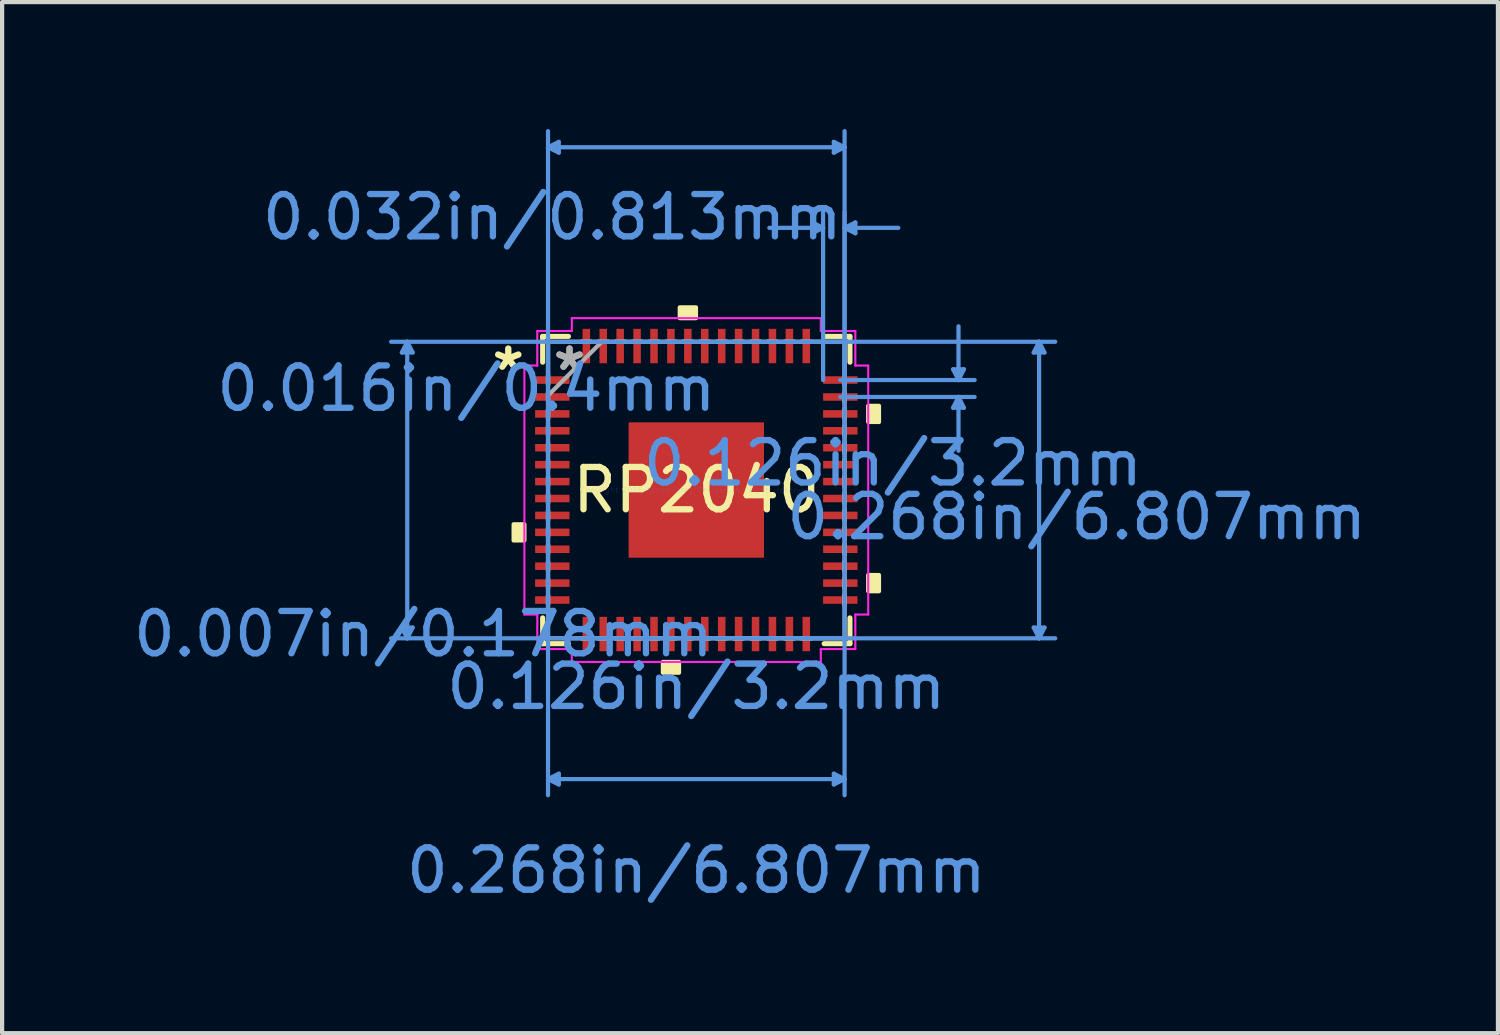
<source format=kicad_pcb>
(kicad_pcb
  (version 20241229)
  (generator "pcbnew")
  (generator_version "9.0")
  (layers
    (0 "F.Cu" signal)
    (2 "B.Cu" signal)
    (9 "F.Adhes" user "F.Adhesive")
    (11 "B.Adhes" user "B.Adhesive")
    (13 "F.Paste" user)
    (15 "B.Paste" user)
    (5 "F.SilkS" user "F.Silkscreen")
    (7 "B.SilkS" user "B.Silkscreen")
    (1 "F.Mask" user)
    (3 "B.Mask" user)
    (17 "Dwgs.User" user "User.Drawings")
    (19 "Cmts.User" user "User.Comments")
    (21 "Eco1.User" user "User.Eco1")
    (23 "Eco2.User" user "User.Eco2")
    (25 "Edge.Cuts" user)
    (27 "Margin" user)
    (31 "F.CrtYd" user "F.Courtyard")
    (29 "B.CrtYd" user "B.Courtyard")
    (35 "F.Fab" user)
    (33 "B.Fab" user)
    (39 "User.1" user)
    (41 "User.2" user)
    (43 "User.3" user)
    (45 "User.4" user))
  (footprint "RP2040"
    (layer "F.Cu")
    (at 13.41 8.534)
    (property "Reference" "RP2040" (at 0 0 0) (layer "F.SilkS") (effects (font (size 1 1) (thickness 0.15))))
    (attr through_hole)
    (fp_line (start -3.632 -3.632) (end -3.632 -3.022) (stroke (width 0.12) (type solid)) (layer "F.SilkS"))
    (fp_line (start -3.632 3.022) (end -3.632 3.632) (stroke (width 0.12) (type solid)) (layer "F.SilkS"))
    (fp_line (start -3.632 3.632) (end -3.022 3.632) (stroke (width 0.12) (type solid)) (layer "F.SilkS"))
    (fp_line (start -3.022 -3.632) (end -3.632 -3.632) (stroke (width 0.12) (type solid)) (layer "F.SilkS"))
    (fp_line (start 3.022 3.632) (end 3.632 3.632) (stroke (width 0.12) (type solid)) (layer "F.SilkS"))
    (fp_line (start 3.632 -3.632) (end 3.022 -3.632) (stroke (width 0.12) (type solid)) (layer "F.SilkS"))
    (fp_line (start 3.632 -3.022) (end 3.632 -3.632) (stroke (width 0.12) (type solid)) (layer "F.SilkS"))
    (fp_line (start 3.632 3.632) (end 3.632 3.022) (stroke (width 0.12) (type solid)) (layer "F.SilkS"))
    (fp_poly (pts (xy -4.318 0.81) (xy -4.318 1.191) (xy -4.064 1.191) (xy -4.064 0.81)) (stroke (width 0.1) (type solid)) (fill yes) (layer "F.SilkS"))
    (fp_poly (pts (xy -0.79 4.064) (xy -0.79 4.318) (xy -0.409 4.318) (xy -0.409 4.064)) (stroke (width 0.1) (type solid)) (fill yes) (layer "F.SilkS"))
    (fp_poly (pts (xy -0.391 -4.064) (xy -0.391 -4.318) (xy -0.009 -4.318) (xy -0.009 -4.064)) (stroke (width 0.1) (type solid)) (fill yes) (layer "F.SilkS"))
    (fp_poly (pts (xy 4.318 -1.99) (xy 4.318 -1.609) (xy 4.064 -1.609) (xy 4.064 -1.99)) (stroke (width 0.1) (type solid)) (fill yes) (layer "F.SilkS"))
    (fp_poly (pts (xy 4.318 2.01) (xy 4.318 2.391) (xy 4.064 2.391) (xy 4.064 2.01)) (stroke (width 0.1) (type solid)) (fill yes) (layer "F.SilkS"))
    (fp_poly (pts (xy -1.5 -1.5) (xy -1.5 -0.1) (xy -0.1 -0.1) (xy -0.1 -1.5)) (stroke (width 0.1) (type solid)) (fill yes) (layer "F.Paste"))
    (fp_poly (pts (xy -1.5 0.1) (xy -1.5 1.5) (xy -0.1 1.5) (xy -0.1 0.1)) (stroke (width 0.1) (type solid)) (fill yes) (layer "F.Paste"))
    (fp_poly (pts (xy 0.1 -1.5) (xy 0.1 -0.1) (xy 1.5 -0.1) (xy 1.5 -1.5)) (stroke (width 0.1) (type solid)) (fill yes) (layer "F.Paste"))
    (fp_poly (pts (xy 0.1 0.1) (xy 0.1 1.5) (xy 1.5 1.5) (xy 1.5 0.1)) (stroke (width 0.1) (type solid)) (fill yes) (layer "F.Paste"))
    (fp_line (start -6.96 -3.251) (end -6.706 -3.251) (stroke (width 0.1) (type solid)) (layer "Cmts.User"))
    (fp_line (start -6.96 3.251) (end -6.706 3.251) (stroke (width 0.1) (type solid)) (layer "Cmts.User"))
    (fp_line (start -6.833 -3.505) (end -6.96 -3.251) (stroke (width 0.1) (type solid)) (layer "Cmts.User"))
    (fp_line (start -6.833 -3.505) (end -6.833 3.505) (stroke (width 0.1) (type solid)) (layer "Cmts.User"))
    (fp_line (start -6.833 -3.505) (end -6.706 -3.251) (stroke (width 0.1) (type solid)) (layer "Cmts.User"))
    (fp_line (start -6.833 3.505) (end -6.96 3.251) (stroke (width 0.1) (type solid)) (layer "Cmts.User"))
    (fp_line (start -6.833 3.505) (end -6.706 3.251) (stroke (width 0.1) (type solid)) (layer "Cmts.User"))
    (fp_line (start -3.505 -8.103) (end -3.251 -8.23) (stroke (width 0.1) (type solid)) (layer "Cmts.User"))
    (fp_line (start -3.505 -8.103) (end -3.251 -7.976) (stroke (width 0.1) (type solid)) (layer "Cmts.User"))
    (fp_line (start -3.505 -8.103) (end 3.505 -8.103) (stroke (width 0.1) (type solid)) (layer "Cmts.User"))
    (fp_line (start -3.505 -3.505) (end -3.505 7.214) (stroke (width 0.1) (type solid)) (layer "Cmts.User"))
    (fp_line (start -3.505 -2.6) (end -3.505 -8.484) (stroke (width 0.1) (type solid)) (layer "Cmts.User"))
    (fp_line (start -3.505 6.833) (end -3.251 6.706) (stroke (width 0.1) (type solid)) (layer "Cmts.User"))
    (fp_line (start -3.505 6.833) (end -3.251 6.96) (stroke (width 0.1) (type solid)) (layer "Cmts.User"))
    (fp_line (start -3.505 6.833) (end 3.505 6.833) (stroke (width 0.1) (type solid)) (layer "Cmts.User"))
    (fp_line (start -3.251 -8.23) (end -3.251 -7.976) (stroke (width 0.1) (type solid)) (layer "Cmts.User"))
    (fp_line (start -3.251 6.706) (end -3.251 6.96) (stroke (width 0.1) (type solid)) (layer "Cmts.User"))
    (fp_line (start 2.6 -3.505) (end 8.484 -3.505) (stroke (width 0.1) (type solid)) (layer "Cmts.User"))
    (fp_line (start 2.6 3.505) (end 8.484 3.505) (stroke (width 0.1) (type solid)) (layer "Cmts.User"))
    (fp_line (start 2.743 -6.325) (end 2.743 -6.071) (stroke (width 0.1) (type solid)) (layer "Cmts.User"))
    (fp_line (start 2.997 -6.198) (end 1.727 -6.198) (stroke (width 0.1) (type solid)) (layer "Cmts.User"))
    (fp_line (start 2.997 -6.198) (end 2.743 -6.325) (stroke (width 0.1) (type solid)) (layer "Cmts.User"))
    (fp_line (start 2.997 -6.198) (end 2.743 -6.071) (stroke (width 0.1) (type solid)) (layer "Cmts.User"))
    (fp_line (start 2.997 -2.6) (end 2.997 -6.579) (stroke (width 0.1) (type solid)) (layer "Cmts.User"))
    (fp_line (start 3.251 -8.23) (end 3.251 -7.976) (stroke (width 0.1) (type solid)) (layer "Cmts.User"))
    (fp_line (start 3.251 6.706) (end 3.251 6.96) (stroke (width 0.1) (type solid)) (layer "Cmts.User"))
    (fp_line (start 3.404 -2.6) (end 6.579 -2.6) (stroke (width 0.1) (type solid)) (layer "Cmts.User"))
    (fp_line (start 3.404 -2.2) (end 6.579 -2.2) (stroke (width 0.1) (type solid)) (layer "Cmts.User"))
    (fp_line (start 3.505 -8.103) (end 3.251 -8.23) (stroke (width 0.1) (type solid)) (layer "Cmts.User"))
    (fp_line (start 3.505 -8.103) (end 3.251 -7.976) (stroke (width 0.1) (type solid)) (layer "Cmts.User"))
    (fp_line (start 3.505 -6.198) (end 3.759 -6.325) (stroke (width 0.1) (type solid)) (layer "Cmts.User"))
    (fp_line (start 3.505 -6.198) (end 3.759 -6.071) (stroke (width 0.1) (type solid)) (layer "Cmts.User"))
    (fp_line (start 3.505 -6.198) (end 4.775 -6.198) (stroke (width 0.1) (type solid)) (layer "Cmts.User"))
    (fp_line (start 3.505 -3.505) (end -7.214 -3.505) (stroke (width 0.1) (type solid)) (layer "Cmts.User"))
    (fp_line (start 3.505 -3.505) (end 3.505 7.214) (stroke (width 0.1) (type solid)) (layer "Cmts.User"))
    (fp_line (start 3.505 -2.6) (end 3.505 -8.484) (stroke (width 0.1) (type solid)) (layer "Cmts.User"))
    (fp_line (start 3.505 -2.6) (end 3.505 -6.579) (stroke (width 0.1) (type solid)) (layer "Cmts.User"))
    (fp_line (start 3.505 3.505) (end -7.214 3.505) (stroke (width 0.1) (type solid)) (layer "Cmts.User"))
    (fp_line (start 3.505 6.833) (end 3.251 6.706) (stroke (width 0.1) (type solid)) (layer "Cmts.User"))
    (fp_line (start 3.505 6.833) (end 3.251 6.96) (stroke (width 0.1) (type solid)) (layer "Cmts.User"))
    (fp_line (start 3.759 -6.325) (end 3.759 -6.071) (stroke (width 0.1) (type solid)) (layer "Cmts.User"))
    (fp_line (start 6.071 -2.854) (end 6.325 -2.854) (stroke (width 0.1) (type solid)) (layer "Cmts.User"))
    (fp_line (start 6.071 -1.946) (end 6.325 -1.946) (stroke (width 0.1) (type solid)) (layer "Cmts.User"))
    (fp_line (start 6.198 -2.6) (end 6.071 -2.854) (stroke (width 0.1) (type solid)) (layer "Cmts.User"))
    (fp_line (start 6.198 -2.6) (end 6.198 -3.87) (stroke (width 0.1) (type solid)) (layer "Cmts.User"))
    (fp_line (start 6.198 -2.6) (end 6.325 -2.854) (stroke (width 0.1) (type solid)) (layer "Cmts.User"))
    (fp_line (start 6.198 -2.2) (end 6.071 -1.946) (stroke (width 0.1) (type solid)) (layer "Cmts.User"))
    (fp_line (start 6.198 -2.2) (end 6.198 -0.93) (stroke (width 0.1) (type solid)) (layer "Cmts.User"))
    (fp_line (start 6.198 -2.2) (end 6.325 -1.946) (stroke (width 0.1) (type solid)) (layer "Cmts.User"))
    (fp_line (start 7.976 -3.251) (end 8.23 -3.251) (stroke (width 0.1) (type solid)) (layer "Cmts.User"))
    (fp_line (start 7.976 3.251) (end 8.23 3.251) (stroke (width 0.1) (type solid)) (layer "Cmts.User"))
    (fp_line (start 8.103 -3.505) (end 7.976 -3.251) (stroke (width 0.1) (type solid)) (layer "Cmts.User"))
    (fp_line (start 8.103 -3.505) (end 8.103 3.505) (stroke (width 0.1) (type solid)) (layer "Cmts.User"))
    (fp_line (start 8.103 -3.505) (end 8.23 -3.251) (stroke (width 0.1) (type solid)) (layer "Cmts.User"))
    (fp_line (start 8.103 3.505) (end 7.976 3.251) (stroke (width 0.1) (type solid)) (layer "Cmts.User"))
    (fp_line (start 8.103 3.505) (end 8.23 3.251) (stroke (width 0.1) (type solid)) (layer "Cmts.User"))
    (fp_line (start -4.064 -2.943) (end -3.759 -2.943) (stroke (width 0.05) (type solid)) (layer "F.CrtYd"))
    (fp_line (start -4.064 2.943) (end -4.064 -2.943) (stroke (width 0.05) (type solid)) (layer "F.CrtYd"))
    (fp_line (start -3.759 -3.759) (end -2.943 -3.759) (stroke (width 0.05) (type solid)) (layer "F.CrtYd"))
    (fp_line (start -3.759 -2.943) (end -3.759 -3.759) (stroke (width 0.05) (type solid)) (layer "F.CrtYd"))
    (fp_line (start -3.759 2.943) (end -4.064 2.943) (stroke (width 0.05) (type solid)) (layer "F.CrtYd"))
    (fp_line (start -3.759 3.759) (end -3.759 2.943) (stroke (width 0.05) (type solid)) (layer "F.CrtYd"))
    (fp_line (start -2.943 -4.064) (end 2.943 -4.064) (stroke (width 0.05) (type solid)) (layer "F.CrtYd"))
    (fp_line (start -2.943 -3.759) (end -2.943 -4.064) (stroke (width 0.05) (type solid)) (layer "F.CrtYd"))
    (fp_line (start -2.943 3.759) (end -3.759 3.759) (stroke (width 0.05) (type solid)) (layer "F.CrtYd"))
    (fp_line (start -2.943 4.064) (end -2.943 3.759) (stroke (width 0.05) (type solid)) (layer "F.CrtYd"))
    (fp_line (start 2.943 -4.064) (end 2.943 -3.759) (stroke (width 0.05) (type solid)) (layer "F.CrtYd"))
    (fp_line (start 2.943 -3.759) (end 3.759 -3.759) (stroke (width 0.05) (type solid)) (layer "F.CrtYd"))
    (fp_line (start 2.943 3.759) (end 2.943 4.064) (stroke (width 0.05) (type solid)) (layer "F.CrtYd"))
    (fp_line (start 2.943 4.064) (end -2.943 4.064) (stroke (width 0.05) (type solid)) (layer "F.CrtYd"))
    (fp_line (start 3.759 -3.759) (end 3.759 -2.943) (stroke (width 0.05) (type solid)) (layer "F.CrtYd"))
    (fp_line (start 3.759 -2.943) (end 4.064 -2.943) (stroke (width 0.05) (type solid)) (layer "F.CrtYd"))
    (fp_line (start 3.759 2.943) (end 3.759 3.759) (stroke (width 0.05) (type solid)) (layer "F.CrtYd"))
    (fp_line (start 3.759 3.759) (end 2.943 3.759) (stroke (width 0.05) (type solid)) (layer "F.CrtYd"))
    (fp_line (start 4.064 -2.943) (end 4.064 2.943) (stroke (width 0.05) (type solid)) (layer "F.CrtYd"))
    (fp_line (start 4.064 2.943) (end 3.759 2.943) (stroke (width 0.05) (type solid)) (layer "F.CrtYd"))
    (fp_line (start -3.505 -3.505) (end -3.505 -3.505) (stroke (width 0.1) (type solid)) (layer "F.Fab"))
    (fp_line (start -3.505 -3.505) (end -3.505 3.505) (stroke (width 0.1) (type solid)) (layer "F.Fab"))
    (fp_line (start -3.505 -2.714) (end -3.505 -2.714) (stroke (width 0.1) (type solid)) (layer "F.Fab"))
    (fp_line (start -3.505 -2.714) (end -3.505 -2.486) (stroke (width 0.1) (type solid)) (layer "F.Fab"))
    (fp_line (start -3.505 -2.486) (end -3.505 -2.714) (stroke (width 0.1) (type solid)) (layer "F.Fab"))
    (fp_line (start -3.505 -2.486) (end -3.505 -2.486) (stroke (width 0.1) (type solid)) (layer "F.Fab"))
    (fp_line (start -3.505 -2.314) (end -3.505 -2.314) (stroke (width 0.1) (type solid)) (layer "F.Fab"))
    (fp_line (start -3.505 -2.314) (end -3.505 -2.086) (stroke (width 0.1) (type solid)) (layer "F.Fab"))
    (fp_line (start -3.505 -2.235) (end -2.235 -3.505) (stroke (width 0.1) (type solid)) (layer "F.Fab"))
    (fp_line (start -3.505 -2.086) (end -3.505 -2.314) (stroke (width 0.1) (type solid)) (layer "F.Fab"))
    (fp_line (start -3.505 -2.086) (end -3.505 -2.086) (stroke (width 0.1) (type solid)) (layer "F.Fab"))
    (fp_line (start -3.505 -1.914) (end -3.505 -1.914) (stroke (width 0.1) (type solid)) (layer "F.Fab"))
    (fp_line (start -3.505 -1.914) (end -3.505 -1.686) (stroke (width 0.1) (type solid)) (layer "F.Fab"))
    (fp_line (start -3.505 -1.686) (end -3.505 -1.914) (stroke (width 0.1) (type solid)) (layer "F.Fab"))
    (fp_line (start -3.505 -1.686) (end -3.505 -1.686) (stroke (width 0.1) (type solid)) (layer "F.Fab"))
    (fp_line (start -3.505 -1.514) (end -3.505 -1.514) (stroke (width 0.1) (type solid)) (layer "F.Fab"))
    (fp_line (start -3.505 -1.514) (end -3.505 -1.286) (stroke (width 0.1) (type solid)) (layer "F.Fab"))
    (fp_line (start -3.505 -1.286) (end -3.505 -1.514) (stroke (width 0.1) (type solid)) (layer "F.Fab"))
    (fp_line (start -3.505 -1.286) (end -3.505 -1.286) (stroke (width 0.1) (type solid)) (layer "F.Fab"))
    (fp_line (start -3.505 -1.114) (end -3.505 -1.114) (stroke (width 0.1) (type solid)) (layer "F.Fab"))
    (fp_line (start -3.505 -1.114) (end -3.505 -0.886) (stroke (width 0.1) (type solid)) (layer "F.Fab"))
    (fp_line (start -3.505 -0.886) (end -3.505 -1.114) (stroke (width 0.1) (type solid)) (layer "F.Fab"))
    (fp_line (start -3.505 -0.886) (end -3.505 -0.886) (stroke (width 0.1) (type solid)) (layer "F.Fab"))
    (fp_line (start -3.505 -0.714) (end -3.505 -0.714) (stroke (width 0.1) (type solid)) (layer "F.Fab"))
    (fp_line (start -3.505 -0.714) (end -3.505 -0.486) (stroke (width 0.1) (type solid)) (layer "F.Fab"))
    (fp_line (start -3.505 -0.486) (end -3.505 -0.714) (stroke (width 0.1) (type solid)) (layer "F.Fab"))
    (fp_line (start -3.505 -0.486) (end -3.505 -0.486) (stroke (width 0.1) (type solid)) (layer "F.Fab"))
    (fp_line (start -3.505 -0.314) (end -3.505 -0.314) (stroke (width 0.1) (type solid)) (layer "F.Fab"))
    (fp_line (start -3.505 -0.314) (end -3.505 -0.086) (stroke (width 0.1) (type solid)) (layer "F.Fab"))
    (fp_line (start -3.505 -0.086) (end -3.505 -0.314) (stroke (width 0.1) (type solid)) (layer "F.Fab"))
    (fp_line (start -3.505 -0.086) (end -3.505 -0.086) (stroke (width 0.1) (type solid)) (layer "F.Fab"))
    (fp_line (start -3.505 0.086) (end -3.505 0.086) (stroke (width 0.1) (type solid)) (layer "F.Fab"))
    (fp_line (start -3.505 0.086) (end -3.505 0.314) (stroke (width 0.1) (type solid)) (layer "F.Fab"))
    (fp_line (start -3.505 0.314) (end -3.505 0.086) (stroke (width 0.1) (type solid)) (layer "F.Fab"))
    (fp_line (start -3.505 0.314) (end -3.505 0.314) (stroke (width 0.1) (type solid)) (layer "F.Fab"))
    (fp_line (start -3.505 0.486) (end -3.505 0.486) (stroke (width 0.1) (type solid)) (layer "F.Fab"))
    (fp_line (start -3.505 0.486) (end -3.505 0.714) (stroke (width 0.1) (type solid)) (layer "F.Fab"))
    (fp_line (start -3.505 0.714) (end -3.505 0.486) (stroke (width 0.1) (type solid)) (layer "F.Fab"))
    (fp_line (start -3.505 0.714) (end -3.505 0.714) (stroke (width 0.1) (type solid)) (layer "F.Fab"))
    (fp_line (start -3.505 0.886) (end -3.505 0.886) (stroke (width 0.1) (type solid)) (layer "F.Fab"))
    (fp_line (start -3.505 0.886) (end -3.505 1.114) (stroke (width 0.1) (type solid)) (layer "F.Fab"))
    (fp_line (start -3.505 1.114) (end -3.505 0.886) (stroke (width 0.1) (type solid)) (layer "F.Fab"))
    (fp_line (start -3.505 1.114) (end -3.505 1.114) (stroke (width 0.1) (type solid)) (layer "F.Fab"))
    (fp_line (start -3.505 1.286) (end -3.505 1.286) (stroke (width 0.1) (type solid)) (layer "F.Fab"))
    (fp_line (start -3.505 1.286) (end -3.505 1.514) (stroke (width 0.1) (type solid)) (layer "F.Fab"))
    (fp_line (start -3.505 1.514) (end -3.505 1.286) (stroke (width 0.1) (type solid)) (layer "F.Fab"))
    (fp_line (start -3.505 1.514) (end -3.505 1.514) (stroke (width 0.1) (type solid)) (layer "F.Fab"))
    (fp_line (start -3.505 1.686) (end -3.505 1.686) (stroke (width 0.1) (type solid)) (layer "F.Fab"))
    (fp_line (start -3.505 1.686) (end -3.505 1.914) (stroke (width 0.1) (type solid)) (layer "F.Fab"))
    (fp_line (start -3.505 1.914) (end -3.505 1.686) (stroke (width 0.1) (type solid)) (layer "F.Fab"))
    (fp_line (start -3.505 1.914) (end -3.505 1.914) (stroke (width 0.1) (type solid)) (layer "F.Fab"))
    (fp_line (start -3.505 2.086) (end -3.505 2.086) (stroke (width 0.1) (type solid)) (layer "F.Fab"))
    (fp_line (start -3.505 2.086) (end -3.505 2.314) (stroke (width 0.1) (type solid)) (layer "F.Fab"))
    (fp_line (start -3.505 2.314) (end -3.505 2.086) (stroke (width 0.1) (type solid)) (layer "F.Fab"))
    (fp_line (start -3.505 2.314) (end -3.505 2.314) (stroke (width 0.1) (type solid)) (layer "F.Fab"))
    (fp_line (start -3.505 2.486) (end -3.505 2.486) (stroke (width 0.1) (type solid)) (layer "F.Fab"))
    (fp_line (start -3.505 2.486) (end -3.505 2.714) (stroke (width 0.1) (type solid)) (layer "F.Fab"))
    (fp_line (start -3.505 2.714) (end -3.505 2.486) (stroke (width 0.1) (type solid)) (layer "F.Fab"))
    (fp_line (start -3.505 2.714) (end -3.505 2.714) (stroke (width 0.1) (type solid)) (layer "F.Fab"))
    (fp_line (start -3.505 3.505) (end -3.505 3.505) (stroke (width 0.1) (type solid)) (layer "F.Fab"))
    (fp_line (start -3.505 3.505) (end 3.505 3.505) (stroke (width 0.1) (type solid)) (layer "F.Fab"))
    (fp_line (start -2.714 -3.505) (end -2.714 -3.505) (stroke (width 0.1) (type solid)) (layer "F.Fab"))
    (fp_line (start -2.714 -3.505) (end -2.486 -3.505) (stroke (width 0.1) (type solid)) (layer "F.Fab"))
    (fp_line (start -2.714 3.505) (end -2.714 3.505) (stroke (width 0.1) (type solid)) (layer "F.Fab"))
    (fp_line (start -2.714 3.505) (end -2.486 3.505) (stroke (width 0.1) (type solid)) (layer "F.Fab"))
    (fp_line (start -2.486 -3.505) (end -2.714 -3.505) (stroke (width 0.1) (type solid)) (layer "F.Fab"))
    (fp_line (start -2.486 -3.505) (end -2.486 -3.505) (stroke (width 0.1) (type solid)) (layer "F.Fab"))
    (fp_line (start -2.486 3.505) (end -2.714 3.505) (stroke (width 0.1) (type solid)) (layer "F.Fab"))
    (fp_line (start -2.486 3.505) (end -2.486 3.505) (stroke (width 0.1) (type solid)) (layer "F.Fab"))
    (fp_line (start -2.314 -3.505) (end -2.314 -3.505) (stroke (width 0.1) (type solid)) (layer "F.Fab"))
    (fp_line (start -2.314 -3.505) (end -2.086 -3.505) (stroke (width 0.1) (type solid)) (layer "F.Fab"))
    (fp_line (start -2.314 3.505) (end -2.314 3.505) (stroke (width 0.1) (type solid)) (layer "F.Fab"))
    (fp_line (start -2.314 3.505) (end -2.086 3.505) (stroke (width 0.1) (type solid)) (layer "F.Fab"))
    (fp_line (start -2.086 -3.505) (end -2.314 -3.505) (stroke (width 0.1) (type solid)) (layer "F.Fab"))
    (fp_line (start -2.086 -3.505) (end -2.086 -3.505) (stroke (width 0.1) (type solid)) (layer "F.Fab"))
    (fp_line (start -2.086 3.505) (end -2.314 3.505) (stroke (width 0.1) (type solid)) (layer "F.Fab"))
    (fp_line (start -2.086 3.505) (end -2.086 3.505) (stroke (width 0.1) (type solid)) (layer "F.Fab"))
    (fp_line (start -1.914 -3.505) (end -1.914 -3.505) (stroke (width 0.1) (type solid)) (layer "F.Fab"))
    (fp_line (start -1.914 -3.505) (end -1.686 -3.505) (stroke (width 0.1) (type solid)) (layer "F.Fab"))
    (fp_line (start -1.914 3.505) (end -1.914 3.505) (stroke (width 0.1) (type solid)) (layer "F.Fab"))
    (fp_line (start -1.914 3.505) (end -1.686 3.505) (stroke (width 0.1) (type solid)) (layer "F.Fab"))
    (fp_line (start -1.686 -3.505) (end -1.914 -3.505) (stroke (width 0.1) (type solid)) (layer "F.Fab"))
    (fp_line (start -1.686 -3.505) (end -1.686 -3.505) (stroke (width 0.1) (type solid)) (layer "F.Fab"))
    (fp_line (start -1.686 3.505) (end -1.914 3.505) (stroke (width 0.1) (type solid)) (layer "F.Fab"))
    (fp_line (start -1.686 3.505) (end -1.686 3.505) (stroke (width 0.1) (type solid)) (layer "F.Fab"))
    (fp_line (start -1.514 -3.505) (end -1.514 -3.505) (stroke (width 0.1) (type solid)) (layer "F.Fab"))
    (fp_line (start -1.514 -3.505) (end -1.286 -3.505) (stroke (width 0.1) (type solid)) (layer "F.Fab"))
    (fp_line (start -1.514 3.505) (end -1.514 3.505) (stroke (width 0.1) (type solid)) (layer "F.Fab"))
    (fp_line (start -1.514 3.505) (end -1.286 3.505) (stroke (width 0.1) (type solid)) (layer "F.Fab"))
    (fp_line (start -1.286 -3.505) (end -1.514 -3.505) (stroke (width 0.1) (type solid)) (layer "F.Fab"))
    (fp_line (start -1.286 -3.505) (end -1.286 -3.505) (stroke (width 0.1) (type solid)) (layer "F.Fab"))
    (fp_line (start -1.286 3.505) (end -1.514 3.505) (stroke (width 0.1) (type solid)) (layer "F.Fab"))
    (fp_line (start -1.286 3.505) (end -1.286 3.505) (stroke (width 0.1) (type solid)) (layer "F.Fab"))
    (fp_line (start -1.114 -3.505) (end -1.114 -3.505) (stroke (width 0.1) (type solid)) (layer "F.Fab"))
    (fp_line (start -1.114 -3.505) (end -0.886 -3.505) (stroke (width 0.1) (type solid)) (layer "F.Fab"))
    (fp_line (start -1.114 3.505) (end -1.114 3.505) (stroke (width 0.1) (type solid)) (layer "F.Fab"))
    (fp_line (start -1.114 3.505) (end -0.886 3.505) (stroke (width 0.1) (type solid)) (layer "F.Fab"))
    (fp_line (start -0.886 -3.505) (end -1.114 -3.505) (stroke (width 0.1) (type solid)) (layer "F.Fab"))
    (fp_line (start -0.886 -3.505) (end -0.886 -3.505) (stroke (width 0.1) (type solid)) (layer "F.Fab"))
    (fp_line (start -0.886 3.505) (end -1.114 3.505) (stroke (width 0.1) (type solid)) (layer "F.Fab"))
    (fp_line (start -0.886 3.505) (end -0.886 3.505) (stroke (width 0.1) (type solid)) (layer "F.Fab"))
    (fp_line (start -0.714 -3.505) (end -0.714 -3.505) (stroke (width 0.1) (type solid)) (layer "F.Fab"))
    (fp_line (start -0.714 -3.505) (end -0.486 -3.505) (stroke (width 0.1) (type solid)) (layer "F.Fab"))
    (fp_line (start -0.714 3.505) (end -0.714 3.505) (stroke (width 0.1) (type solid)) (layer "F.Fab"))
    (fp_line (start -0.714 3.505) (end -0.486 3.505) (stroke (width 0.1) (type solid)) (layer "F.Fab"))
    (fp_line (start -0.486 -3.505) (end -0.714 -3.505) (stroke (width 0.1) (type solid)) (layer "F.Fab"))
    (fp_line (start -0.486 -3.505) (end -0.486 -3.505) (stroke (width 0.1) (type solid)) (layer "F.Fab"))
    (fp_line (start -0.486 3.505) (end -0.714 3.505) (stroke (width 0.1) (type solid)) (layer "F.Fab"))
    (fp_line (start -0.486 3.505) (end -0.486 3.505) (stroke (width 0.1) (type solid)) (layer "F.Fab"))
    (fp_line (start -0.314 -3.505) (end -0.314 -3.505) (stroke (width 0.1) (type solid)) (layer "F.Fab"))
    (fp_line (start -0.314 -3.505) (end -0.086 -3.505) (stroke (width 0.1) (type solid)) (layer "F.Fab"))
    (fp_line (start -0.314 3.505) (end -0.314 3.505) (stroke (width 0.1) (type solid)) (layer "F.Fab"))
    (fp_line (start -0.314 3.505) (end -0.086 3.505) (stroke (width 0.1) (type solid)) (layer "F.Fab"))
    (fp_line (start -0.086 -3.505) (end -0.314 -3.505) (stroke (width 0.1) (type solid)) (layer "F.Fab"))
    (fp_line (start -0.086 -3.505) (end -0.086 -3.505) (stroke (width 0.1) (type solid)) (layer "F.Fab"))
    (fp_line (start -0.086 3.505) (end -0.314 3.505) (stroke (width 0.1) (type solid)) (layer "F.Fab"))
    (fp_line (start -0.086 3.505) (end -0.086 3.505) (stroke (width 0.1) (type solid)) (layer "F.Fab"))
    (fp_line (start 0.086 -3.505) (end 0.086 -3.505) (stroke (width 0.1) (type solid)) (layer "F.Fab"))
    (fp_line (start 0.086 -3.505) (end 0.314 -3.505) (stroke (width 0.1) (type solid)) (layer "F.Fab"))
    (fp_line (start 0.086 3.505) (end 0.086 3.505) (stroke (width 0.1) (type solid)) (layer "F.Fab"))
    (fp_line (start 0.086 3.505) (end 0.314 3.505) (stroke (width 0.1) (type solid)) (layer "F.Fab"))
    (fp_line (start 0.314 -3.505) (end 0.086 -3.505) (stroke (width 0.1) (type solid)) (layer "F.Fab"))
    (fp_line (start 0.314 -3.505) (end 0.314 -3.505) (stroke (width 0.1) (type solid)) (layer "F.Fab"))
    (fp_line (start 0.314 3.505) (end 0.086 3.505) (stroke (width 0.1) (type solid)) (layer "F.Fab"))
    (fp_line (start 0.314 3.505) (end 0.314 3.505) (stroke (width 0.1) (type solid)) (layer "F.Fab"))
    (fp_line (start 0.486 -3.505) (end 0.486 -3.505) (stroke (width 0.1) (type solid)) (layer "F.Fab"))
    (fp_line (start 0.486 -3.505) (end 0.714 -3.505) (stroke (width 0.1) (type solid)) (layer "F.Fab"))
    (fp_line (start 0.486 3.505) (end 0.486 3.505) (stroke (width 0.1) (type solid)) (layer "F.Fab"))
    (fp_line (start 0.486 3.505) (end 0.714 3.505) (stroke (width 0.1) (type solid)) (layer "F.Fab"))
    (fp_line (start 0.714 -3.505) (end 0.486 -3.505) (stroke (width 0.1) (type solid)) (layer "F.Fab"))
    (fp_line (start 0.714 -3.505) (end 0.714 -3.505) (stroke (width 0.1) (type solid)) (layer "F.Fab"))
    (fp_line (start 0.714 3.505) (end 0.486 3.505) (stroke (width 0.1) (type solid)) (layer "F.Fab"))
    (fp_line (start 0.714 3.505) (end 0.714 3.505) (stroke (width 0.1) (type solid)) (layer "F.Fab"))
    (fp_line (start 0.886 -3.505) (end 0.886 -3.505) (stroke (width 0.1) (type solid)) (layer "F.Fab"))
    (fp_line (start 0.886 -3.505) (end 1.114 -3.505) (stroke (width 0.1) (type solid)) (layer "F.Fab"))
    (fp_line (start 0.886 3.505) (end 0.886 3.505) (stroke (width 0.1) (type solid)) (layer "F.Fab"))
    (fp_line (start 0.886 3.505) (end 1.114 3.505) (stroke (width 0.1) (type solid)) (layer "F.Fab"))
    (fp_line (start 1.114 -3.505) (end 0.886 -3.505) (stroke (width 0.1) (type solid)) (layer "F.Fab"))
    (fp_line (start 1.114 -3.505) (end 1.114 -3.505) (stroke (width 0.1) (type solid)) (layer "F.Fab"))
    (fp_line (start 1.114 3.505) (end 0.886 3.505) (stroke (width 0.1) (type solid)) (layer "F.Fab"))
    (fp_line (start 1.114 3.505) (end 1.114 3.505) (stroke (width 0.1) (type solid)) (layer "F.Fab"))
    (fp_line (start 1.286 -3.505) (end 1.286 -3.505) (stroke (width 0.1) (type solid)) (layer "F.Fab"))
    (fp_line (start 1.286 -3.505) (end 1.514 -3.505) (stroke (width 0.1) (type solid)) (layer "F.Fab"))
    (fp_line (start 1.286 3.505) (end 1.286 3.505) (stroke (width 0.1) (type solid)) (layer "F.Fab"))
    (fp_line (start 1.286 3.505) (end 1.514 3.505) (stroke (width 0.1) (type solid)) (layer "F.Fab"))
    (fp_line (start 1.514 -3.505) (end 1.286 -3.505) (stroke (width 0.1) (type solid)) (layer "F.Fab"))
    (fp_line (start 1.514 -3.505) (end 1.514 -3.505) (stroke (width 0.1) (type solid)) (layer "F.Fab"))
    (fp_line (start 1.514 3.505) (end 1.286 3.505) (stroke (width 0.1) (type solid)) (layer "F.Fab"))
    (fp_line (start 1.514 3.505) (end 1.514 3.505) (stroke (width 0.1) (type solid)) (layer "F.Fab"))
    (fp_line (start 1.686 -3.505) (end 1.686 -3.505) (stroke (width 0.1) (type solid)) (layer "F.Fab"))
    (fp_line (start 1.686 -3.505) (end 1.914 -3.505) (stroke (width 0.1) (type solid)) (layer "F.Fab"))
    (fp_line (start 1.686 3.505) (end 1.686 3.505) (stroke (width 0.1) (type solid)) (layer "F.Fab"))
    (fp_line (start 1.686 3.505) (end 1.914 3.505) (stroke (width 0.1) (type solid)) (layer "F.Fab"))
    (fp_line (start 1.914 -3.505) (end 1.686 -3.505) (stroke (width 0.1) (type solid)) (layer "F.Fab"))
    (fp_line (start 1.914 -3.505) (end 1.914 -3.505) (stroke (width 0.1) (type solid)) (layer "F.Fab"))
    (fp_line (start 1.914 3.505) (end 1.686 3.505) (stroke (width 0.1) (type solid)) (layer "F.Fab"))
    (fp_line (start 1.914 3.505) (end 1.914 3.505) (stroke (width 0.1) (type solid)) (layer "F.Fab"))
    (fp_line (start 2.086 -3.505) (end 2.086 -3.505) (stroke (width 0.1) (type solid)) (layer "F.Fab"))
    (fp_line (start 2.086 -3.505) (end 2.314 -3.505) (stroke (width 0.1) (type solid)) (layer "F.Fab"))
    (fp_line (start 2.086 3.505) (end 2.086 3.505) (stroke (width 0.1) (type solid)) (layer "F.Fab"))
    (fp_line (start 2.086 3.505) (end 2.314 3.505) (stroke (width 0.1) (type solid)) (layer "F.Fab"))
    (fp_line (start 2.314 -3.505) (end 2.086 -3.505) (stroke (width 0.1) (type solid)) (layer "F.Fab"))
    (fp_line (start 2.314 -3.505) (end 2.314 -3.505) (stroke (width 0.1) (type solid)) (layer "F.Fab"))
    (fp_line (start 2.314 3.505) (end 2.086 3.505) (stroke (width 0.1) (type solid)) (layer "F.Fab"))
    (fp_line (start 2.314 3.505) (end 2.314 3.505) (stroke (width 0.1) (type solid)) (layer "F.Fab"))
    (fp_line (start 2.486 -3.505) (end 2.486 -3.505) (stroke (width 0.1) (type solid)) (layer "F.Fab"))
    (fp_line (start 2.486 -3.505) (end 2.714 -3.505) (stroke (width 0.1) (type solid)) (layer "F.Fab"))
    (fp_line (start 2.486 3.505) (end 2.486 3.505) (stroke (width 0.1) (type solid)) (layer "F.Fab"))
    (fp_line (start 2.486 3.505) (end 2.714 3.505) (stroke (width 0.1) (type solid)) (layer "F.Fab"))
    (fp_line (start 2.714 -3.505) (end 2.486 -3.505) (stroke (width 0.1) (type solid)) (layer "F.Fab"))
    (fp_line (start 2.714 -3.505) (end 2.714 -3.505) (stroke (width 0.1) (type solid)) (layer "F.Fab"))
    (fp_line (start 2.714 3.505) (end 2.486 3.505) (stroke (width 0.1) (type solid)) (layer "F.Fab"))
    (fp_line (start 2.714 3.505) (end 2.714 3.505) (stroke (width 0.1) (type solid)) (layer "F.Fab"))
    (fp_line (start 3.505 -3.505) (end -3.505 -3.505) (stroke (width 0.1) (type solid)) (layer "F.Fab"))
    (fp_line (start 3.505 -3.505) (end 3.505 -3.505) (stroke (width 0.1) (type solid)) (layer "F.Fab"))
    (fp_line (start 3.505 -2.714) (end 3.505 -2.714) (stroke (width 0.1) (type solid)) (layer "F.Fab"))
    (fp_line (start 3.505 -2.714) (end 3.505 -2.486) (stroke (width 0.1) (type solid)) (layer "F.Fab"))
    (fp_line (start 3.505 -2.486) (end 3.505 -2.714) (stroke (width 0.1) (type solid)) (layer "F.Fab"))
    (fp_line (start 3.505 -2.486) (end 3.505 -2.486) (stroke (width 0.1) (type solid)) (layer "F.Fab"))
    (fp_line (start 3.505 -2.314) (end 3.505 -2.314) (stroke (width 0.1) (type solid)) (layer "F.Fab"))
    (fp_line (start 3.505 -2.314) (end 3.505 -2.086) (stroke (width 0.1) (type solid)) (layer "F.Fab"))
    (fp_line (start 3.505 -2.086) (end 3.505 -2.314) (stroke (width 0.1) (type solid)) (layer "F.Fab"))
    (fp_line (start 3.505 -2.086) (end 3.505 -2.086) (stroke (width 0.1) (type solid)) (layer "F.Fab"))
    (fp_line (start 3.505 -1.914) (end 3.505 -1.914) (stroke (width 0.1) (type solid)) (layer "F.Fab"))
    (fp_line (start 3.505 -1.914) (end 3.505 -1.686) (stroke (width 0.1) (type solid)) (layer "F.Fab"))
    (fp_line (start 3.505 -1.686) (end 3.505 -1.914) (stroke (width 0.1) (type solid)) (layer "F.Fab"))
    (fp_line (start 3.505 -1.686) (end 3.505 -1.686) (stroke (width 0.1) (type solid)) (layer "F.Fab"))
    (fp_line (start 3.505 -1.514) (end 3.505 -1.514) (stroke (width 0.1) (type solid)) (layer "F.Fab"))
    (fp_line (start 3.505 -1.514) (end 3.505 -1.286) (stroke (width 0.1) (type solid)) (layer "F.Fab"))
    (fp_line (start 3.505 -1.286) (end 3.505 -1.514) (stroke (width 0.1) (type solid)) (layer "F.Fab"))
    (fp_line (start 3.505 -1.286) (end 3.505 -1.286) (stroke (width 0.1) (type solid)) (layer "F.Fab"))
    (fp_line (start 3.505 -1.114) (end 3.505 -1.114) (stroke (width 0.1) (type solid)) (layer "F.Fab"))
    (fp_line (start 3.505 -1.114) (end 3.505 -0.886) (stroke (width 0.1) (type solid)) (layer "F.Fab"))
    (fp_line (start 3.505 -0.886) (end 3.505 -1.114) (stroke (width 0.1) (type solid)) (layer "F.Fab"))
    (fp_line (start 3.505 -0.886) (end 3.505 -0.886) (stroke (width 0.1) (type solid)) (layer "F.Fab"))
    (fp_line (start 3.505 -0.714) (end 3.505 -0.714) (stroke (width 0.1) (type solid)) (layer "F.Fab"))
    (fp_line (start 3.505 -0.714) (end 3.505 -0.486) (stroke (width 0.1) (type solid)) (layer "F.Fab"))
    (fp_line (start 3.505 -0.486) (end 3.505 -0.714) (stroke (width 0.1) (type solid)) (layer "F.Fab"))
    (fp_line (start 3.505 -0.486) (end 3.505 -0.486) (stroke (width 0.1) (type solid)) (layer "F.Fab"))
    (fp_line (start 3.505 -0.314) (end 3.505 -0.314) (stroke (width 0.1) (type solid)) (layer "F.Fab"))
    (fp_line (start 3.505 -0.314) (end 3.505 -0.086) (stroke (width 0.1) (type solid)) (layer "F.Fab"))
    (fp_line (start 3.505 -0.086) (end 3.505 -0.314) (stroke (width 0.1) (type solid)) (layer "F.Fab"))
    (fp_line (start 3.505 -0.086) (end 3.505 -0.086) (stroke (width 0.1) (type solid)) (layer "F.Fab"))
    (fp_line (start 3.505 0.086) (end 3.505 0.086) (stroke (width 0.1) (type solid)) (layer "F.Fab"))
    (fp_line (start 3.505 0.086) (end 3.505 0.314) (stroke (width 0.1) (type solid)) (layer "F.Fab"))
    (fp_line (start 3.505 0.314) (end 3.505 0.086) (stroke (width 0.1) (type solid)) (layer "F.Fab"))
    (fp_line (start 3.505 0.314) (end 3.505 0.314) (stroke (width 0.1) (type solid)) (layer "F.Fab"))
    (fp_line (start 3.505 0.486) (end 3.505 0.486) (stroke (width 0.1) (type solid)) (layer "F.Fab"))
    (fp_line (start 3.505 0.486) (end 3.505 0.714) (stroke (width 0.1) (type solid)) (layer "F.Fab"))
    (fp_line (start 3.505 0.714) (end 3.505 0.486) (stroke (width 0.1) (type solid)) (layer "F.Fab"))
    (fp_line (start 3.505 0.714) (end 3.505 0.714) (stroke (width 0.1) (type solid)) (layer "F.Fab"))
    (fp_line (start 3.505 0.886) (end 3.505 0.886) (stroke (width 0.1) (type solid)) (layer "F.Fab"))
    (fp_line (start 3.505 0.886) (end 3.505 1.114) (stroke (width 0.1) (type solid)) (layer "F.Fab"))
    (fp_line (start 3.505 1.114) (end 3.505 0.886) (stroke (width 0.1) (type solid)) (layer "F.Fab"))
    (fp_line (start 3.505 1.114) (end 3.505 1.114) (stroke (width 0.1) (type solid)) (layer "F.Fab"))
    (fp_line (start 3.505 1.286) (end 3.505 1.286) (stroke (width 0.1) (type solid)) (layer "F.Fab"))
    (fp_line (start 3.505 1.286) (end 3.505 1.514) (stroke (width 0.1) (type solid)) (layer "F.Fab"))
    (fp_line (start 3.505 1.514) (end 3.505 1.286) (stroke (width 0.1) (type solid)) (layer "F.Fab"))
    (fp_line (start 3.505 1.514) (end 3.505 1.514) (stroke (width 0.1) (type solid)) (layer "F.Fab"))
    (fp_line (start 3.505 1.686) (end 3.505 1.686) (stroke (width 0.1) (type solid)) (layer "F.Fab"))
    (fp_line (start 3.505 1.686) (end 3.505 1.914) (stroke (width 0.1) (type solid)) (layer "F.Fab"))
    (fp_line (start 3.505 1.914) (end 3.505 1.686) (stroke (width 0.1) (type solid)) (layer "F.Fab"))
    (fp_line (start 3.505 1.914) (end 3.505 1.914) (stroke (width 0.1) (type solid)) (layer "F.Fab"))
    (fp_line (start 3.505 2.086) (end 3.505 2.086) (stroke (width 0.1) (type solid)) (layer "F.Fab"))
    (fp_line (start 3.505 2.086) (end 3.505 2.314) (stroke (width 0.1) (type solid)) (layer "F.Fab"))
    (fp_line (start 3.505 2.314) (end 3.505 2.086) (stroke (width 0.1) (type solid)) (layer "F.Fab"))
    (fp_line (start 3.505 2.314) (end 3.505 2.314) (stroke (width 0.1) (type solid)) (layer "F.Fab"))
    (fp_line (start 3.505 2.486) (end 3.505 2.486) (stroke (width 0.1) (type solid)) (layer "F.Fab"))
    (fp_line (start 3.505 2.486) (end 3.505 2.714) (stroke (width 0.1) (type solid)) (layer "F.Fab"))
    (fp_line (start 3.505 2.714) (end 3.505 2.486) (stroke (width 0.1) (type solid)) (layer "F.Fab"))
    (fp_line (start 3.505 2.714) (end 3.505 2.714) (stroke (width 0.1) (type solid)) (layer "F.Fab"))
    (fp_line (start 3.505 3.505) (end 3.505 -3.505) (stroke (width 0.1) (type solid)) (layer "F.Fab"))
    (fp_line (start 3.505 3.505) (end 3.505 3.505) (stroke (width 0.1) (type solid)) (layer "F.Fab"))
    (fp_text user "*" (at -4.445 -2.8 0) (layer "F.SilkS") (effects (font (size 1 1) (thickness 0.15))))
    (fp_text user "0.268in/6.807mm" (at 0 8.992 0) (layer "Cmts.User") (effects (font (size 1 1) (thickness 0.15))))
    (fp_text user "0.007in/0.178mm" (at -6.452 3.404 0) (layer "Cmts.User") (effects (font (size 1 1) (thickness 0.15))))
    (fp_text user "0.268in/6.807mm" (at 8.992 0.635 0) (layer "Cmts.User") (effects (font (size 1 1) (thickness 0.15))))
    (fp_text user "0.032in/0.813mm" (at -3.404 -6.452 0) (layer "Cmts.User") (effects (font (size 1 1) (thickness 0.15))))
    (fp_text user "0.016in/0.4mm" (at -5.436 -2.4 0) (layer "Cmts.User") (effects (font (size 1 1) (thickness 0.15))))
    (fp_text user "0.126in/3.2mm" (at 4.648 -0.635 0) (layer "Cmts.User") (effects (font (size 1 1) (thickness 0.15))))
    (fp_text user "Copyright 2021 Accelerated Designs. All rights reserved." (at 0 0 0) (layer "Cmts.User") (effects (font (size 0.127 0.127) (thickness 0.002))))
    (fp_text user "0.126in/3.2mm" (at 0 4.648 0) (layer "Cmts.User") (effects (font (size 1 1) (thickness 0.15))))
    (fp_text user "*" (at -2.997 -2.8 0) (layer "F.Fab") (effects (font (size 1 1) (thickness 0.15))))
    (fp_text user "*" (at -2.997 -2.8 0) (layer "F.Fab") (effects (font (size 1 1) (thickness 0.15))))
    (pad "1" smd rect (at -3.404 -2.6 90) (size 0.178 0.813) (layers "F.Cu" "F.Mask" "F.Paste"))
    (pad "2" smd rect (at -3.404 -2.2 90) (size 0.178 0.813) (layers "F.Cu" "F.Mask" "F.Paste"))
    (pad "3" smd rect (at -3.404 -1.8 90) (size 0.178 0.813) (layers "F.Cu" "F.Mask" "F.Paste"))
    (pad "4" smd rect (at -3.404 -1.4 90) (size 0.178 0.813) (layers "F.Cu" "F.Mask" "F.Paste"))
    (pad "5" smd rect (at -3.404 -1 90) (size 0.178 0.813) (layers "F.Cu" "F.Mask" "F.Paste"))
    (pad "6" smd rect (at -3.404 -0.6 90) (size 0.178 0.813) (layers "F.Cu" "F.Mask" "F.Paste"))
    (pad "7" smd rect (at -3.404 -0.2 90) (size 0.178 0.813) (layers "F.Cu" "F.Mask" "F.Paste"))
    (pad "8" smd rect (at -3.404 0.2 90) (size 0.178 0.813) (layers "F.Cu" "F.Mask" "F.Paste"))
    (pad "9" smd rect (at -3.404 0.6 90) (size 0.178 0.813) (layers "F.Cu" "F.Mask" "F.Paste"))
    (pad "10" smd rect (at -3.404 1 90) (size 0.178 0.813) (layers "F.Cu" "F.Mask" "F.Paste"))
    (pad "11" smd rect (at -3.404 1.4 90) (size 0.178 0.813) (layers "F.Cu" "F.Mask" "F.Paste"))
    (pad "12" smd rect (at -3.404 1.8 90) (size 0.178 0.813) (layers "F.Cu" "F.Mask" "F.Paste"))
    (pad "13" smd rect (at -3.404 2.2 90) (size 0.178 0.813) (layers "F.Cu" "F.Mask" "F.Paste"))
    (pad "14" smd rect (at -3.404 2.6 90) (size 0.178 0.813) (layers "F.Cu" "F.Mask" "F.Paste"))
    (pad "15" smd rect (at -2.6 3.404) (size 0.178 0.813) (layers "F.Cu" "F.Mask" "F.Paste"))
    (pad "16" smd rect (at -2.2 3.404) (size 0.178 0.813) (layers "F.Cu" "F.Mask" "F.Paste"))
    (pad "17" smd rect (at -1.8 3.404) (size 0.178 0.813) (layers "F.Cu" "F.Mask" "F.Paste"))
    (pad "18" smd rect (at -1.4 3.404) (size 0.178 0.813) (layers "F.Cu" "F.Mask" "F.Paste"))
    (pad "19" smd rect (at -1 3.404) (size 0.178 0.813) (layers "F.Cu" "F.Mask" "F.Paste"))
    (pad "20" smd rect (at -0.6 3.404) (size 0.178 0.813) (layers "F.Cu" "F.Mask" "F.Paste"))
    (pad "21" smd rect (at -0.2 3.404) (size 0.178 0.813) (layers "F.Cu" "F.Mask" "F.Paste"))
    (pad "22" smd rect (at 0.2 3.404) (size 0.178 0.813) (layers "F.Cu" "F.Mask" "F.Paste"))
    (pad "23" smd rect (at 0.6 3.404) (size 0.178 0.813) (layers "F.Cu" "F.Mask" "F.Paste"))
    (pad "24" smd rect (at 1 3.404) (size 0.178 0.813) (layers "F.Cu" "F.Mask" "F.Paste"))
    (pad "25" smd rect (at 1.4 3.404) (size 0.178 0.813) (layers "F.Cu" "F.Mask" "F.Paste"))
    (pad "26" smd rect (at 1.8 3.404) (size 0.178 0.813) (layers "F.Cu" "F.Mask" "F.Paste"))
    (pad "27" smd rect (at 2.2 3.404) (size 0.178 0.813) (layers "F.Cu" "F.Mask" "F.Paste"))
    (pad "28" smd rect (at 2.6 3.404) (size 0.178 0.813) (layers "F.Cu" "F.Mask" "F.Paste"))
    (pad "29" smd rect (at 3.404 2.6 90) (size 0.178 0.813) (layers "F.Cu" "F.Mask" "F.Paste"))
    (pad "30" smd rect (at 3.404 2.2 90) (size 0.178 0.813) (layers "F.Cu" "F.Mask" "F.Paste"))
    (pad "31" smd rect (at 3.404 1.8 90) (size 0.178 0.813) (layers "F.Cu" "F.Mask" "F.Paste"))
    (pad "32" smd rect (at 3.404 1.4 90) (size 0.178 0.813) (layers "F.Cu" "F.Mask" "F.Paste"))
    (pad "33" smd rect (at 3.404 1 90) (size 0.178 0.813) (layers "F.Cu" "F.Mask" "F.Paste"))
    (pad "34" smd rect (at 3.404 0.6 90) (size 0.178 0.813) (layers "F.Cu" "F.Mask" "F.Paste"))
    (pad "35" smd rect (at 3.404 0.2 90) (size 0.178 0.813) (layers "F.Cu" "F.Mask" "F.Paste"))
    (pad "36" smd rect (at 3.404 -0.2 90) (size 0.178 0.813) (layers "F.Cu" "F.Mask" "F.Paste"))
    (pad "37" smd rect (at 3.404 -0.6 90) (size 0.178 0.813) (layers "F.Cu" "F.Mask" "F.Paste"))
    (pad "38" smd rect (at 3.404 -1 90) (size 0.178 0.813) (layers "F.Cu" "F.Mask" "F.Paste"))
    (pad "39" smd rect (at 3.404 -1.4 90) (size 0.178 0.813) (layers "F.Cu" "F.Mask" "F.Paste"))
    (pad "40" smd rect (at 3.404 -1.8 90) (size 0.178 0.813) (layers "F.Cu" "F.Mask" "F.Paste"))
    (pad "41" smd rect (at 3.404 -2.2 90) (size 0.178 0.813) (layers "F.Cu" "F.Mask" "F.Paste"))
    (pad "42" smd rect (at 3.404 -2.6 90) (size 0.178 0.813) (layers "F.Cu" "F.Mask" "F.Paste"))
    (pad "43" smd rect (at 2.6 -3.404) (size 0.178 0.813) (layers "F.Cu" "F.Mask" "F.Paste"))
    (pad "44" smd rect (at 2.2 -3.404) (size 0.178 0.813) (layers "F.Cu" "F.Mask" "F.Paste"))
    (pad "45" smd rect (at 1.8 -3.404) (size 0.178 0.813) (layers "F.Cu" "F.Mask" "F.Paste"))
    (pad "46" smd rect (at 1.4 -3.404) (size 0.178 0.813) (layers "F.Cu" "F.Mask" "F.Paste"))
    (pad "47" smd rect (at 1 -3.404) (size 0.178 0.813) (layers "F.Cu" "F.Mask" "F.Paste"))
    (pad "48" smd rect (at 0.6 -3.404) (size 0.178 0.813) (layers "F.Cu" "F.Mask" "F.Paste"))
    (pad "49" smd rect (at 0.2 -3.404) (size 0.178 0.813) (layers "F.Cu" "F.Mask" "F.Paste"))
    (pad "50" smd rect (at -0.2 -3.404) (size 0.178 0.813) (layers "F.Cu" "F.Mask" "F.Paste"))
    (pad "51" smd rect (at -0.6 -3.404) (size 0.178 0.813) (layers "F.Cu" "F.Mask" "F.Paste"))
    (pad "52" smd rect (at -1 -3.404) (size 0.178 0.813) (layers "F.Cu" "F.Mask" "F.Paste"))
    (pad "53" smd rect (at -1.4 -3.404) (size 0.178 0.813) (layers "F.Cu" "F.Mask" "F.Paste"))
    (pad "54" smd rect (at -1.8 -3.404) (size 0.178 0.813) (layers "F.Cu" "F.Mask" "F.Paste"))
    (pad "55" smd rect (at -2.2 -3.404) (size 0.178 0.813) (layers "F.Cu" "F.Mask" "F.Paste"))
    (pad "56" smd rect (at -2.6 -3.404) (size 0.178 0.813) (layers "F.Cu" "F.Mask" "F.Paste"))
    (pad "57" smd rect (at 0 0) (size 3.2 3.2) (layers "F.Cu" "F.Mask")))
  (gr_rect
    (start -3 -3)
    (end 32.36 21.373)
    (stroke (width 0.1) (type default))
    (fill no)
    (layer "Edge.Cuts")))
</source>
